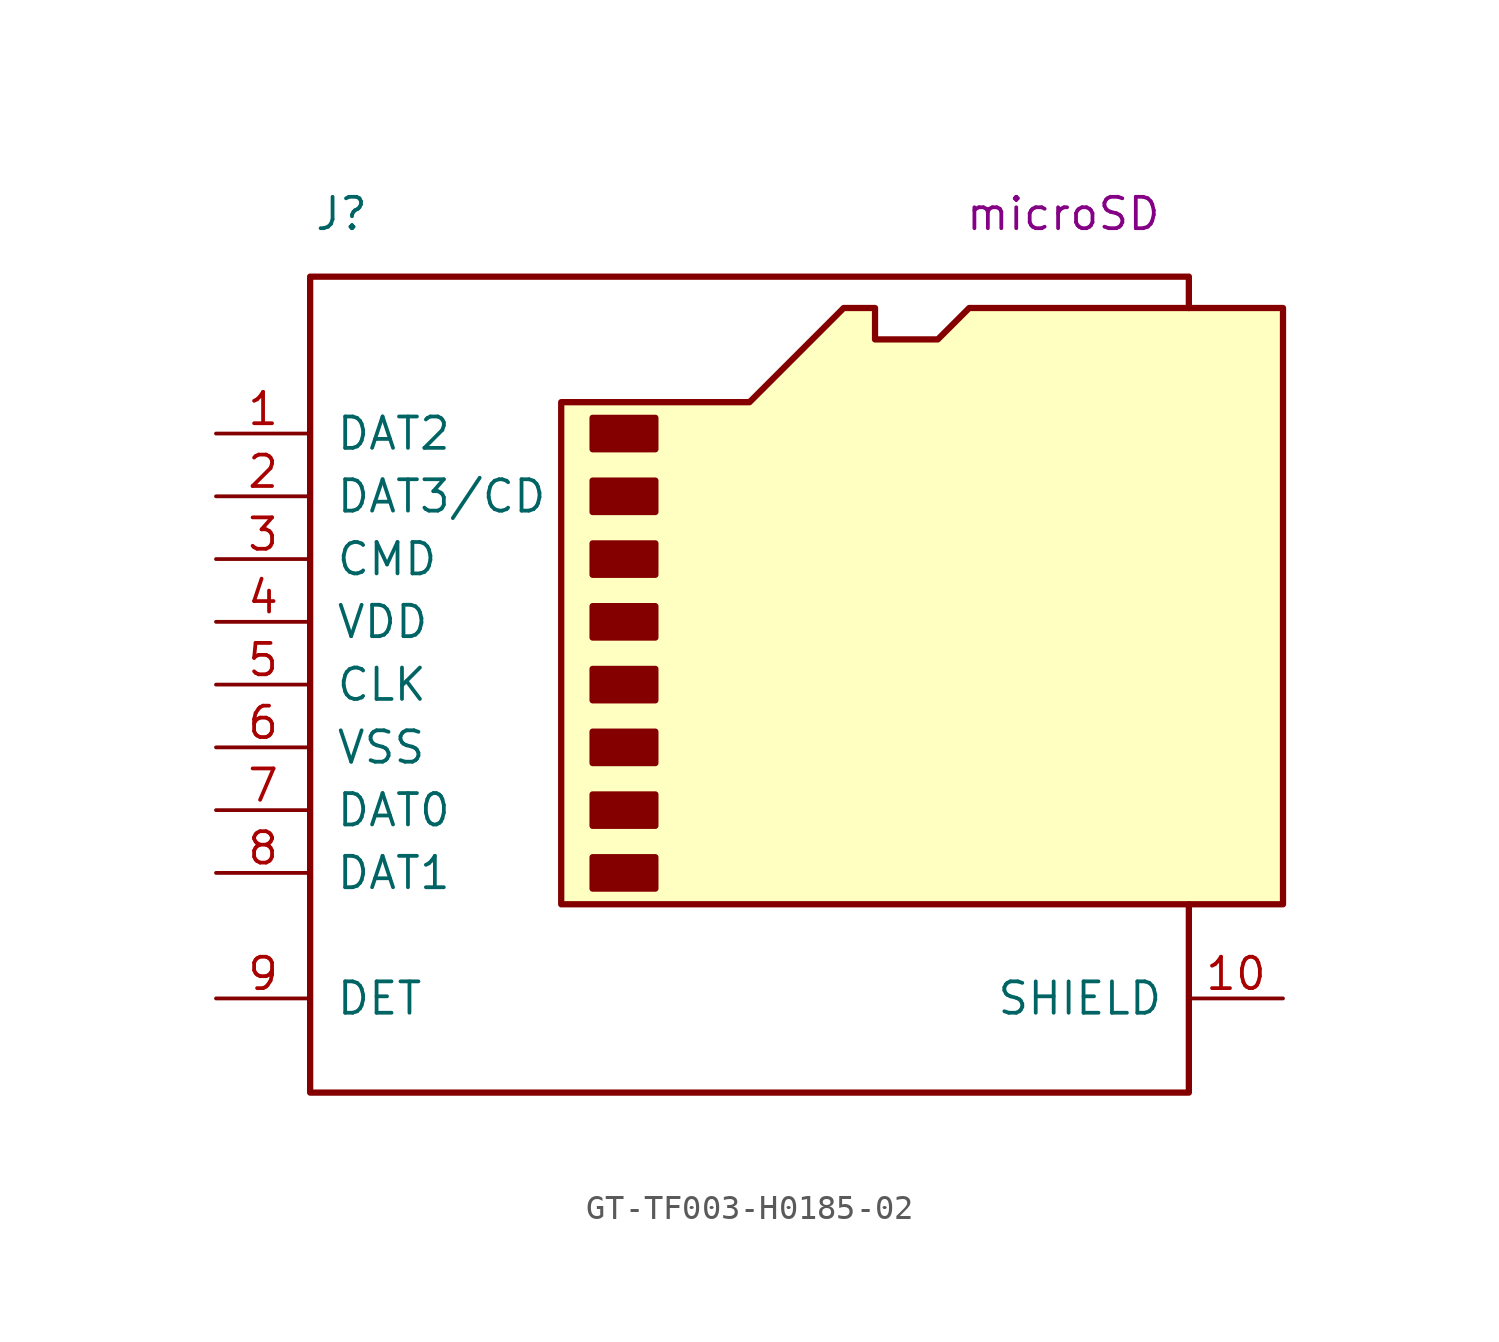
<source format=kicad_sym>
(kicad_symbol_lib
  (version 20231120)
  (generator "kicad_symbol_editor")
  (generator_version "8.0")
  (symbol "GT-TF003-H0185-02"
    (pin_names
      (offset 1.016))
    (property "Reference" "J"
      (at -16.51 15.24 0)
      (effects (font (size 1.27 1.27))))
    (property "UserValue" "microSD"
      (at 12.7 15.24 0)
      (effects (font (size 1.27 1.27))))
    (symbol "GT-TF003-H0185-02_0_1"
      (rectangle (start -6.35 -10.795) (end -3.81 -12.065) (stroke (width 0.254) (type default)) (fill (type outline)))
      (rectangle (start -6.35 -8.255) (end -3.81 -9.525) (stroke (width 0.254) (type default)) (fill (type outline)))
      (rectangle (start -6.35 -5.715) (end -3.81 -6.985) (stroke (width 0.254) (type default)) (fill (type outline)))
      (rectangle (start -6.35 -3.175) (end -3.81 -4.445) (stroke (width 0.254) (type default)) (fill (type outline)))
      (rectangle (start -6.35 -0.635) (end -3.81 -1.905) (stroke (width 0.254) (type default)) (fill (type outline)))
      (rectangle (start -6.35 1.905) (end -3.81 0.635) (stroke (width 0.254) (type default)) (fill (type outline)))
      (rectangle (start -6.35 4.445) (end -3.81 3.175) (stroke (width 0.254) (type default)) (fill (type outline)))
      (rectangle (start -6.35 6.985) (end -3.81 5.715) (stroke (width 0.254) (type default)) (fill (type outline)))
      (polyline (pts (xy 17.78 11.43) (xy 17.78 12.7) (xy -17.78 12.7) (xy -17.78 -20.32) (xy 17.78 -20.32) (xy 17.78 -12.7)) (stroke (width 0.254) (type default)) (fill (type none)))
      (polyline (pts (xy -7.62 -12.7) (xy -7.62 7.62) (xy 0 7.62) (xy 3.81 11.43) (xy 5.08 11.43) (xy 5.08 10.16) (xy 7.62 10.16) (xy 8.89 11.43) (xy 21.59 11.43) (xy 21.59 -12.7) (xy -7.62 -12.7)) (stroke (width 0.254) (type default)) (fill (type background))))
    (symbol "GT-TF003-H0185-02_1_1"
      (pin bidirectional line (at -21.59 6.35 0) (length 3.81) (name "DAT2" (effects (font (size 1.27 1.27)))) (number "1" (effects (font (size 1.27 1.27)))))
      (pin passive line (at 21.59 -16.51 180) (length 3.81) (name "SHIELD" (effects (font (size 1.27 1.27)))) (number "10" (effects (font (size 1.27 1.27)))))
      (pin bidirectional line (at -21.59 3.81 0) (length 3.81) (name "DAT3/CD" (effects (font (size 1.27 1.27)))) (number "2" (effects (font (size 1.27 1.27)))))
      (pin input line (at -21.59 1.27 0) (length 3.81) (name "CMD" (effects (font (size 1.27 1.27)))) (number "3" (effects (font (size 1.27 1.27)))))
      (pin power_in line (at -21.59 -1.27 0) (length 3.81) (name "VDD" (effects (font (size 1.27 1.27)))) (number "4" (effects (font (size 1.27 1.27)))))
      (pin input line (at -21.59 -3.81 0) (length 3.81) (name "CLK" (effects (font (size 1.27 1.27)))) (number "5" (effects (font (size 1.27 1.27)))))
      (pin power_in line (at -21.59 -6.35 0) (length 3.81) (name "VSS" (effects (font (size 1.27 1.27)))) (number "6" (effects (font (size 1.27 1.27)))))
      (pin bidirectional line (at -21.59 -8.89 0) (length 3.81) (name "DAT0" (effects (font (size 1.27 1.27)))) (number "7" (effects (font (size 1.27 1.27)))))
      (pin bidirectional line (at -21.59 -11.43 0) (length 3.81) (name "DAT1" (effects (font (size 1.27 1.27)))) (number "8" (effects (font (size 1.27 1.27)))))
      (pin passive line (at -21.59 -16.51 0) (length 3.81) (name "DET" (effects (font (size 1.27 1.27)))) (number "9" (effects (font (size 1.27 1.27))))))))
</source>
